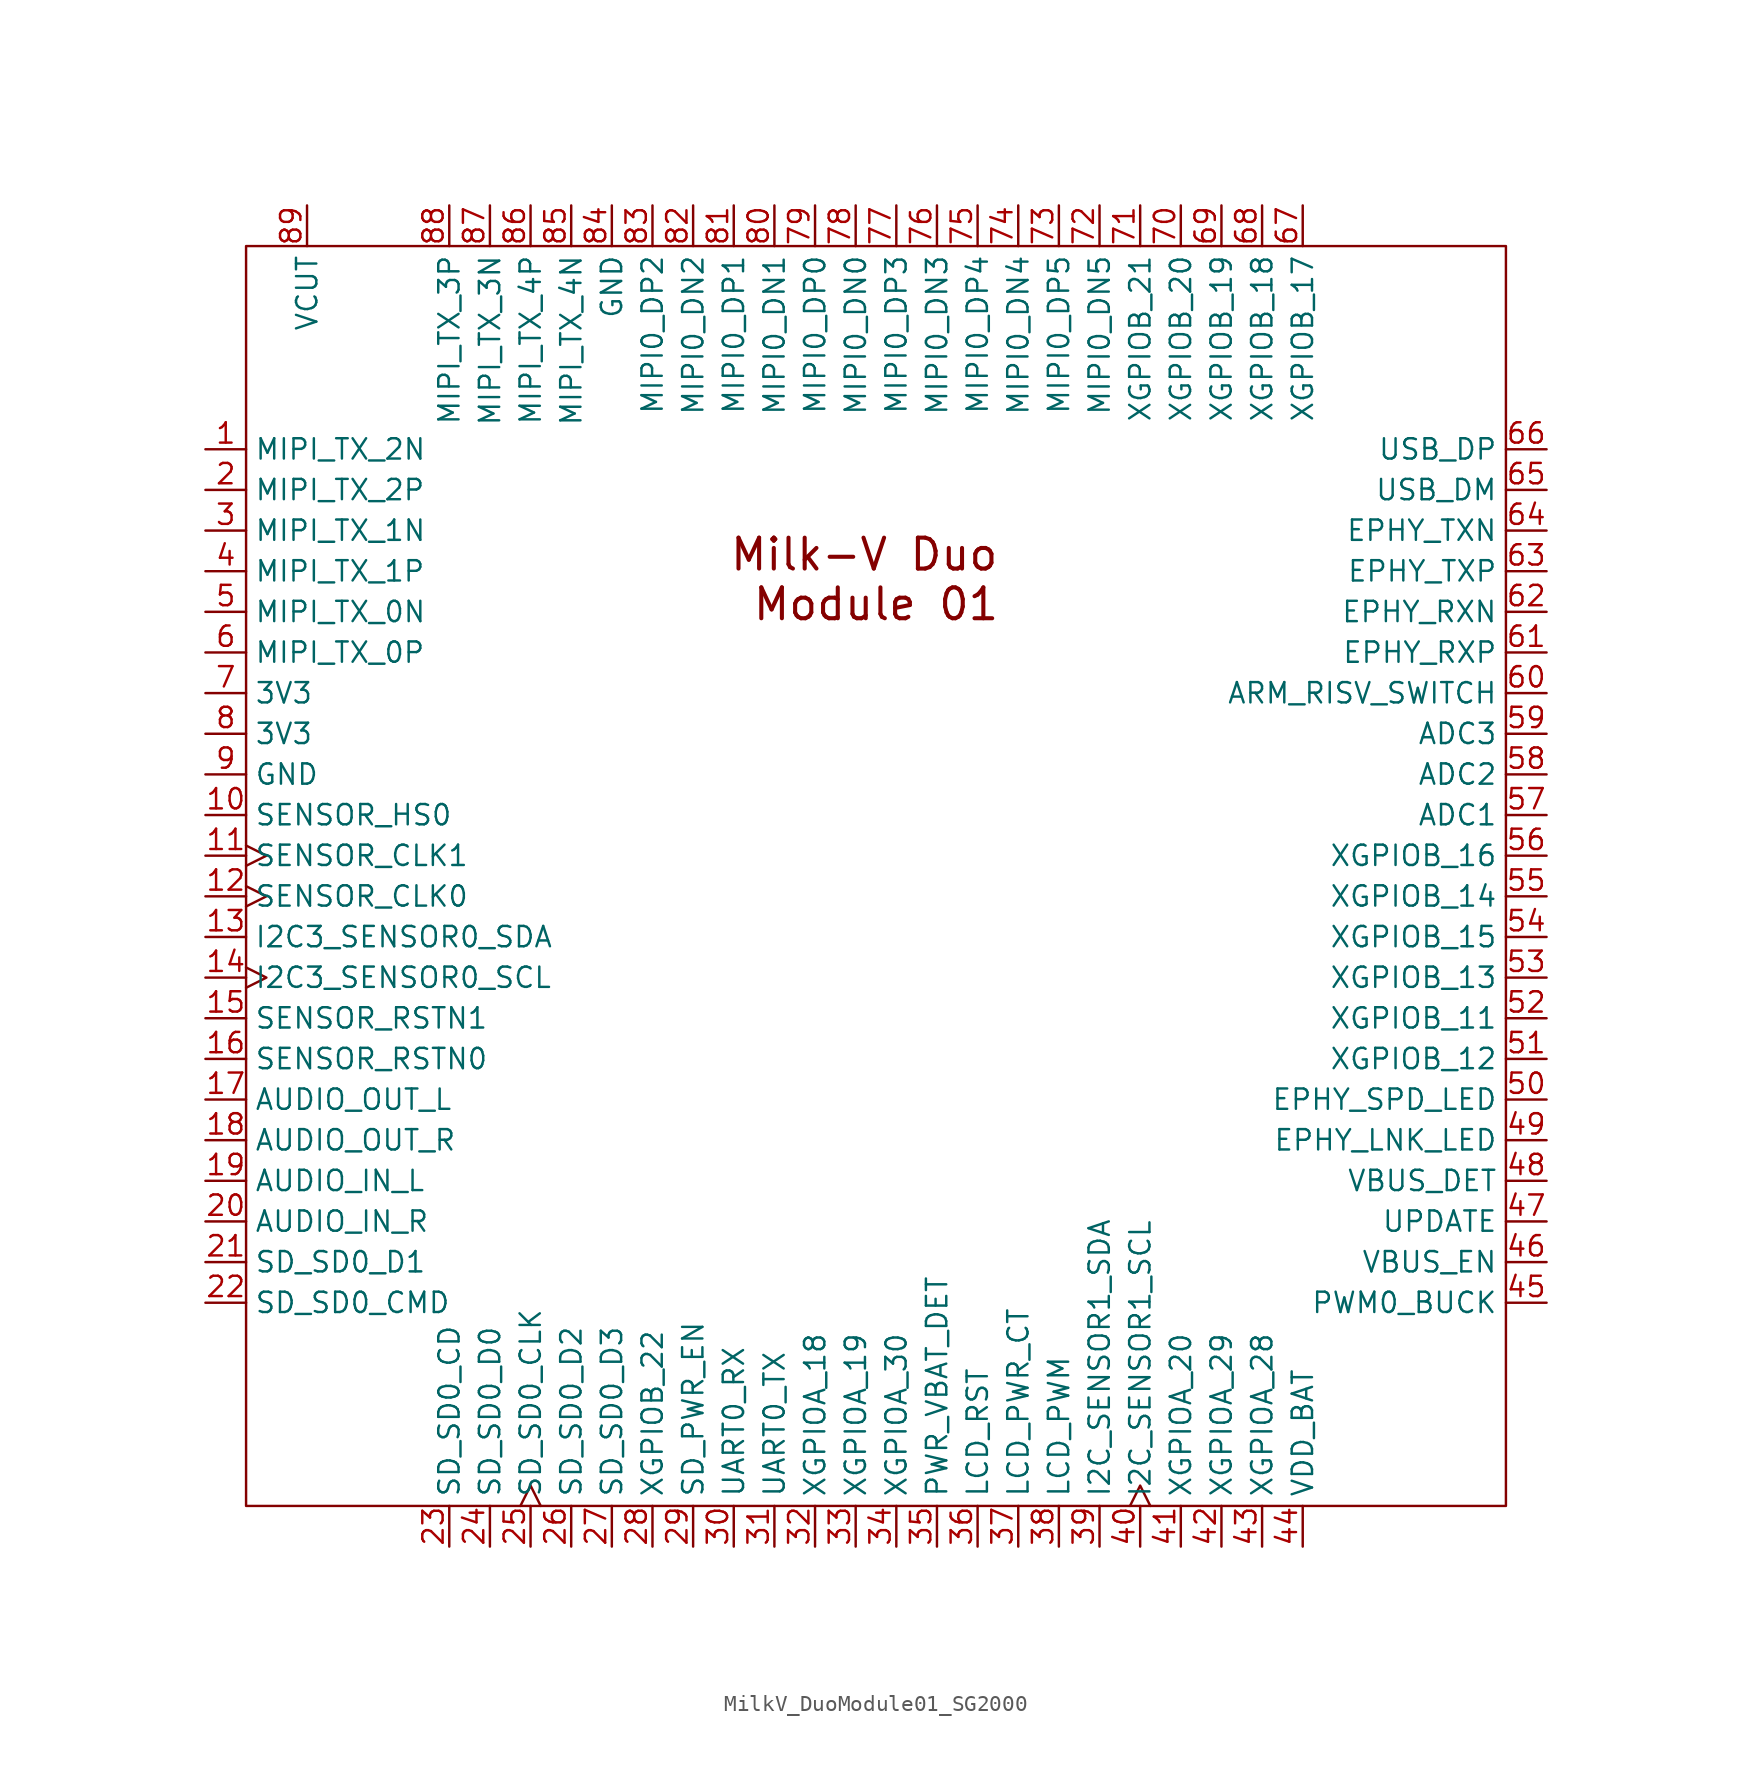
<source format=kicad_sym>
(kicad_symbol_lib
  (version 20241209)
  (generator "kicad_symbol_editor")
  (generator_version "9.0")
  (symbol "MilkV_DuoModule01_SG2000"
    (property "Reference" "U"
      (at 0 0 0)
      (effects (font (size 1.93 1.93)) (hide yes)))
    (property "Value" ""
      (at 0 0 0)
      (effects (font (size 1.27 1.27))))
    (symbol "MilkV_DuoModule01_SG2000_0_1"
      (rectangle (start -39.37 39.37) (end 39.37 -39.37) (stroke (width 0) (type default)) (fill (type none))))
    (symbol "MilkV_DuoModule01_SG2000_1_1"
      (text "Milk-V Duo \nModule 01" (at 0 18.542 0) (effects (font (size 1.93 1.93) (thickness 0.254) (bold yes))))
      (pin output line (at -41.91 26.67 0) (length 2.54) (name "MIPI_TX_2N" (effects (font (size 1.27 1.27)))) (number "1" (effects (font (size 1.27 1.27)))) (alternate "MIPI_TX_CN" output line) (alternate "XGPIO_16" bidirectional line))
      (pin output line (at -41.91 24.13 0) (length 2.54) (name "MIPI_TX_2P" (effects (font (size 1.27 1.27)))) (number "2" (effects (font (size 1.27 1.27)))) (alternate "MIPI_TX_CP" output line) (alternate "XGPIOC_17" bidirectional line))
      (pin output line (at -41.91 21.59 0) (length 2.54) (name "MIPI_TX_1N" (effects (font (size 1.27 1.27)))) (number "3" (effects (font (size 1.27 1.27)))) (alternate "XGPIOC_14" bidirectional line))
      (pin output line (at -41.91 19.05 0) (length 2.54) (name "MIPI_TX_1P" (effects (font (size 1.27 1.27)))) (number "4" (effects (font (size 1.27 1.27)))) (alternate "XGPIOC_15" bidirectional line))
      (pin output line (at -41.91 16.51 0) (length 2.54) (name "MIPI_TX_0N" (effects (font (size 1.27 1.27)))) (number "5" (effects (font (size 1.27 1.27)))) (alternate "XGPIOC_12" bidirectional line))
      (pin output line (at -41.91 13.97 0) (length 2.54) (name "MIPI_TX_0P" (effects (font (size 1.27 1.27)))) (number "6" (effects (font (size 1.27 1.27)))) (alternate "XGPIOC_13" bidirectional line))
      (pin power_in line (at -41.91 11.43 0) (length 2.54) (name "3V3" (effects (font (size 1.27 1.27)))) (number "7" (effects (font (size 1.27 1.27)))))
      (pin power_in line (at -41.91 8.89 0) (length 2.54) (name "3V3" (effects (font (size 1.27 1.27)))) (number "8" (effects (font (size 1.27 1.27)))))
      (pin power_in line (at -41.91 6.35 0) (length 2.54) (name "GND" (effects (font (size 1.27 1.27)))) (number "9" (effects (font (size 1.27 1.27)))))
      (pin bidirectional line (at -41.91 3.81 0) (length 2.54) (name "SENSOR_HS0" (effects (font (size 1.27 1.27)))) (number "10" (effects (font (size 1.27 1.27)))) (alternate "XGPIOA_1" bidirectional line))
      (pin bidirectional clock (at -41.91 1.27 0) (length 2.54) (name "SENSOR_CLK1" (effects (font (size 1.27 1.27)))) (number "11" (effects (font (size 1.27 1.27)))) (alternate "XGPIOA_3" bidirectional line))
      (pin bidirectional clock (at -41.91 -1.27 0) (length 2.54) (name "SENSOR_CLK0" (effects (font (size 1.27 1.27)))) (number "12" (effects (font (size 1.27 1.27)))) (alternate "XGPIOA_0" bidirectional line))
      (pin bidirectional line (at -41.91 -3.81 0) (length 2.54) (name "I2C3_SENSOR0_SDA" (effects (font (size 1.27 1.27)))) (number "13" (effects (font (size 1.27 1.27)))) (alternate "XGPIOA_6" bidirectional line))
      (pin bidirectional clock (at -41.91 -6.35 0) (length 2.54) (name "I2C3_SENSOR0_SCL" (effects (font (size 1.27 1.27)))) (number "14" (effects (font (size 1.27 1.27)))) (alternate "XGPIOA_5" bidirectional line))
      (pin bidirectional line (at -41.91 -8.89 0) (length 2.54) (name "SENSOR_RSTN1" (effects (font (size 1.27 1.27)))) (number "15" (effects (font (size 1.27 1.27)))) (alternate "XGPIOA_4" bidirectional line))
      (pin bidirectional line (at -41.91 -11.43 0) (length 2.54) (name "SENSOR_RSTN0" (effects (font (size 1.27 1.27)))) (number "16" (effects (font (size 1.27 1.27)))) (alternate "XGPIOA_2" bidirectional line))
      (pin output line (at -41.91 -13.97 0) (length 2.54) (name "AUDIO_OUT_L" (effects (font (size 1.27 1.27)))) (number "17" (effects (font (size 1.27 1.27)))))
      (pin output line (at -41.91 -16.51 0) (length 2.54) (name "AUDIO_OUT_R" (effects (font (size 1.27 1.27)))) (number "18" (effects (font (size 1.27 1.27)))))
      (pin input line (at -41.91 -19.05 0) (length 2.54) (name "AUDIO_IN_L" (effects (font (size 1.27 1.27)))) (number "19" (effects (font (size 1.27 1.27)))))
      (pin input line (at -41.91 -21.59 0) (length 2.54) (name "AUDIO_IN_R" (effects (font (size 1.27 1.27)))) (number "20" (effects (font (size 1.27 1.27)))))
      (pin bidirectional line (at -41.91 -24.13 0) (length 2.54) (name "SD_SD0_D1" (effects (font (size 1.27 1.27)))) (number "21" (effects (font (size 1.27 1.27)))) (alternate "XGPIOA_10" bidirectional line))
      (pin bidirectional line (at -41.91 -26.67 0) (length 2.54) (name "SD_SD0_CMD" (effects (font (size 1.27 1.27)))) (number "22" (effects (font (size 1.27 1.27)))) (alternate "XGPIOA_8" bidirectional line))
      (pin bidirectional line (at -35.56 41.91 270) (length 2.54) (name "VCUT" (effects (font (size 1.27 1.27)))) (number "89" (effects (font (size 1.27 1.27)))))
      (pin output line (at -26.67 41.91 270) (length 2.54) (name "MIPI_TX_3P" (effects (font (size 1.27 1.27)))) (number "88" (effects (font (size 1.27 1.27)))) (alternate "XGPIOC_21" bidirectional line))
      (pin bidirectional line (at -26.67 -41.91 90) (length 2.54) (name "SD_SD0_CD" (effects (font (size 1.27 1.27)))) (number "23" (effects (font (size 1.27 1.27)))) (alternate "XGPIOA_13" bidirectional line))
      (pin output line (at -24.13 41.91 270) (length 2.54) (name "MIPI_TX_3N" (effects (font (size 1.27 1.27)))) (number "87" (effects (font (size 1.27 1.27)))) (alternate "XGPIOC_20" bidirectional line))
      (pin bidirectional line (at -24.13 -41.91 90) (length 2.54) (name "SD_SD0_D0" (effects (font (size 1.27 1.27)))) (number "24" (effects (font (size 1.27 1.27)))) (alternate "XGPIOA_9" bidirectional line))
      (pin output line (at -21.59 41.91 270) (length 2.54) (name "MIPI_TX_4P" (effects (font (size 1.27 1.27)))) (number "86" (effects (font (size 1.27 1.27)))) (alternate "XGPIOC_19" bidirectional line))
      (pin bidirectional clock (at -21.59 -41.91 90) (length 2.54) (name "SD_SD0_CLK" (effects (font (size 1.27 1.27)))) (number "25" (effects (font (size 1.27 1.27)))) (alternate "XGPIOA_7" bidirectional line))
      (pin output line (at -19.05 41.91 270) (length 2.54) (name "MIPI_TX_4N" (effects (font (size 1.27 1.27)))) (number "85" (effects (font (size 1.27 1.27)))) (alternate "XGPIOC_18" bidirectional line))
      (pin bidirectional line (at -19.05 -41.91 90) (length 2.54) (name "SD_SD0_D2" (effects (font (size 1.27 1.27)))) (number "26" (effects (font (size 1.27 1.27)))) (alternate "XGPIOA_11" bidirectional line))
      (pin power_in line (at -16.51 41.91 270) (length 2.54) (name "GND" (effects (font (size 1.27 1.27)))) (number "84" (effects (font (size 1.27 1.27)))))
      (pin bidirectional line (at -16.51 -41.91 90) (length 2.54) (name "SD_SD0_D3" (effects (font (size 1.27 1.27)))) (number "27" (effects (font (size 1.27 1.27)))) (alternate "XGPIOA_12" bidirectional line))
      (pin bidirectional line (at -13.97 41.91 270) (length 2.54) (name "MIPI0_DP2" (effects (font (size 1.27 1.27)))) (number "83" (effects (font (size 1.27 1.27)))) (alternate "XGPIOC_7" bidirectional line))
      (pin bidirectional line (at -13.97 -41.91 90) (length 2.54) (name "XGPIOB_22" (effects (font (size 1.27 1.27)))) (number "28" (effects (font (size 1.27 1.27)))) (alternate "UART2_RX" input line))
      (pin bidirectional line (at -11.43 41.91 270) (length 2.54) (name "MIPI0_DN2" (effects (font (size 1.27 1.27)))) (number "82" (effects (font (size 1.27 1.27)))) (alternate "XGPIOC_6" bidirectional line))
      (pin bidirectional line (at -11.43 -41.91 90) (length 2.54) (name "SD_PWR_EN" (effects (font (size 1.27 1.27)))) (number "29" (effects (font (size 1.27 1.27)))))
      (pin bidirectional line (at -8.89 41.91 270) (length 2.54) (name "MIPI0_DP1" (effects (font (size 1.27 1.27)))) (number "81" (effects (font (size 1.27 1.27)))) (alternate "XGPIOC_9" bidirectional line))
      (pin input line (at -8.89 -41.91 90) (length 2.54) (name "UART0_RX" (effects (font (size 1.27 1.27)))) (number "30" (effects (font (size 1.27 1.27)))) (alternate "LCD_PWM" output line) (alternate "PWM8" output line) (alternate "PWR_GPIO_0" bidirectional line) (alternate "UART2_TX" output line))
      (pin bidirectional line (at -6.35 41.91 270) (length 2.54) (name "MIPI0_DN1" (effects (font (size 1.27 1.27)))) (number "80" (effects (font (size 1.27 1.27)))) (alternate "XGPIOC_8" bidirectional line))
      (pin output line (at -6.35 -41.91 90) (length 2.54) (name "UART0_TX" (effects (font (size 1.27 1.27)))) (number "31" (effects (font (size 1.27 1.27)))) (alternate "PWM4" output line) (alternate "UART1_TX" output line) (alternate "XGPIOA_16" bidirectional line))
      (pin bidirectional line (at -3.81 41.91 270) (length 2.54) (name "MIPI0_DP0" (effects (font (size 1.27 1.27)))) (number "79" (effects (font (size 1.27 1.27)))) (alternate "XGPIOC_11" bidirectional line))
      (pin bidirectional line (at -3.81 -41.91 90) (length 2.54) (name "XGPIOA_18" (effects (font (size 1.27 1.27)))) (number "32" (effects (font (size 1.27 1.27)))) (alternate "JTAG_TCK" bidirectional line) (alternate "PWM6" output line) (alternate "UART1_CTS" bidirectional line) (alternate "UART1_RX" input line))
      (pin bidirectional line (at -1.27 41.91 270) (length 2.54) (name "MIPI0_DN0" (effects (font (size 1.27 1.27)))) (number "78" (effects (font (size 1.27 1.27)))) (alternate "XGPIOC_10" bidirectional line))
      (pin bidirectional line (at -1.27 -41.91 90) (length 2.54) (name "XGPIOA_19" (effects (font (size 1.27 1.27)))) (number "33" (effects (font (size 1.27 1.27)))) (alternate "JTAG_TMS" bidirectional line) (alternate "PWM7" output line) (alternate "UART1_RTS" bidirectional line) (alternate "UART1_TX" output line))
      (pin bidirectional line (at 1.27 41.91 270) (length 2.54) (name "MIPI0_DP3" (effects (font (size 1.27 1.27)))) (number "77" (effects (font (size 1.27 1.27)))) (alternate "XGPIOC_5" bidirectional line))
      (pin bidirectional line (at 1.27 -41.91 90) (length 2.54) (name "XGPIOA_30" (effects (font (size 1.27 1.27)))) (number "34" (effects (font (size 1.27 1.27)))))
      (pin bidirectional line (at 3.81 41.91 270) (length 2.54) (name "MIPI0_DN3" (effects (font (size 1.27 1.27)))) (number "76" (effects (font (size 1.27 1.27)))) (alternate "XGPIOC_4" bidirectional line))
      (pin bidirectional line (at 3.81 -41.91 90) (length 2.54) (name "PWR_VBAT_DET" (effects (font (size 1.27 1.27)))) (number "35" (effects (font (size 1.27 1.27)))))
      (pin bidirectional line (at 6.35 41.91 270) (length 2.54) (name "MIPI0_DP4" (effects (font (size 1.27 1.27)))) (number "75" (effects (font (size 1.27 1.27)))) (alternate "XGPIOC_3" bidirectional line))
      (pin bidirectional line (at 6.35 -41.91 90) (length 2.54) (name "LCD_RST" (effects (font (size 1.27 1.27)))) (number "36" (effects (font (size 1.27 1.27)))) (alternate "I2C2_SDA" bidirectional line) (alternate "PWM10" output line))
      (pin bidirectional line (at 8.89 41.91 270) (length 2.54) (name "MIPI0_DN4" (effects (font (size 1.27 1.27)))) (number "74" (effects (font (size 1.27 1.27)))) (alternate "XGPIOC_2" bidirectional line))
      (pin bidirectional line (at 8.89 -41.91 90) (length 2.54) (name "LCD_PWR_CT" (effects (font (size 1.27 1.27)))) (number "37" (effects (font (size 1.27 1.27)))))
      (pin bidirectional line (at 11.43 41.91 270) (length 2.54) (name "MIPI0_DP5" (effects (font (size 1.27 1.27)))) (number "73" (effects (font (size 1.27 1.27)))) (alternate "XGPIOC_1" bidirectional line))
      (pin bidirectional line (at 11.43 -41.91 90) (length 2.54) (name "LCD_PWM" (effects (font (size 1.27 1.27)))) (number "38" (effects (font (size 1.27 1.27)))))
      (pin bidirectional line (at 13.97 41.91 270) (length 2.54) (name "MIPI0_DN5" (effects (font (size 1.27 1.27)))) (number "72" (effects (font (size 1.27 1.27)))) (alternate "XGPIOC_0" bidirectional line))
      (pin bidirectional line (at 13.97 -41.91 90) (length 2.54) (name "I2C_SENSOR1_SDA" (effects (font (size 1.27 1.27)))) (number "39" (effects (font (size 1.27 1.27)))) (alternate "PWR_GPIO_13" bidirectional line))
      (pin bidirectional line (at 16.51 41.91 270) (length 2.54) (name "XGPIOB_21" (effects (font (size 1.27 1.27)))) (number "71" (effects (font (size 1.27 1.27)))) (alternate "I2C4_SDA" bidirectional line))
      (pin bidirectional clock (at 16.51 -41.91 90) (length 2.54) (name "I2C_SENSOR1_SCL" (effects (font (size 1.27 1.27)))) (number "40" (effects (font (size 1.27 1.27)))) (alternate "PWR_GPIO_12" bidirectional line))
      (pin bidirectional line (at 19.05 41.91 270) (length 2.54) (name "XGPIOB_20" (effects (font (size 1.27 1.27)))) (number "70" (effects (font (size 1.27 1.27)))) (alternate "I2C4_SCL" bidirectional clock) (alternate "PWM3" output line) (alternate "UART2_TX" output line))
      (pin bidirectional line (at 19.05 -41.91 90) (length 2.54) (name "XGPIOA_20" (effects (font (size 1.27 1.27)))) (number "41" (effects (font (size 1.27 1.27)))) (alternate "JTAG_TRST" bidirectional line))
      (pin bidirectional line (at 21.59 41.91 270) (length 2.54) (name "XGPIOB_19" (effects (font (size 1.27 1.27)))) (number "69" (effects (font (size 1.27 1.27)))) (alternate "PWM2" output line) (alternate "UART2_TX" output line))
      (pin bidirectional line (at 21.59 -41.91 90) (length 2.54) (name "XGPIOA_29" (effects (font (size 1.27 1.27)))) (number "42" (effects (font (size 1.27 1.27)))))
      (pin bidirectional line (at 24.13 41.91 270) (length 2.54) (name "XGPIOB_18" (effects (font (size 1.27 1.27)))) (number "68" (effects (font (size 1.27 1.27)))) (alternate "I2C1_SCL" bidirectional clock))
      (pin bidirectional line (at 24.13 -41.91 90) (length 2.54) (name "XGPIOA_28" (effects (font (size 1.27 1.27)))) (number "43" (effects (font (size 1.27 1.27)))) (alternate "UART1_TX" output line) (alternate "UART2_TX" output line))
      (pin bidirectional line (at 26.67 41.91 270) (length 2.54) (name "XGPIOB_17" (effects (font (size 1.27 1.27)))) (number "67" (effects (font (size 1.27 1.27)))) (alternate "I2C1_SDA" bidirectional line))
      (pin power_in line (at 26.67 -41.91 90) (length 2.54) (name "VDD_BAT" (effects (font (size 1.27 1.27)))) (number "44" (effects (font (size 1.27 1.27)))))
      (pin bidirectional line (at 41.91 26.67 180) (length 2.54) (name "USB_DP" (effects (font (size 1.27 1.27)))) (number "66" (effects (font (size 1.27 1.27)))))
      (pin bidirectional line (at 41.91 24.13 180) (length 2.54) (name "USB_DM" (effects (font (size 1.27 1.27)))) (number "65" (effects (font (size 1.27 1.27)))))
      (pin output line (at 41.91 21.59 180) (length 2.54) (name "EPHY_TXN" (effects (font (size 1.27 1.27)))) (number "64" (effects (font (size 1.27 1.27)))) (alternate "XGPIOB_27" bidirectional line))
      (pin output line (at 41.91 19.05 180) (length 2.54) (name "EPHY_TXP" (effects (font (size 1.27 1.27)))) (number "63" (effects (font (size 1.27 1.27)))) (alternate "XGPIOB_26" bidirectional line))
      (pin input line (at 41.91 16.51 180) (length 2.54) (name "EPHY_RXN" (effects (font (size 1.27 1.27)))) (number "62" (effects (font (size 1.27 1.27)))) (alternate "XGPIOB_25" bidirectional line))
      (pin input line (at 41.91 13.97 180) (length 2.54) (name "EPHY_RXP" (effects (font (size 1.27 1.27)))) (number "61" (effects (font (size 1.27 1.27)))) (alternate "XGPIOB_24" bidirectional line))
      (pin input line (at 41.91 11.43 180) (length 2.54) (name "ARM_RISV_SWITCH" (effects (font (size 1.27 1.27)))) (number "60" (effects (font (size 1.27 1.27)))) (alternate "XGPIOB_23" bidirectional line))
      (pin bidirectional line (at 41.91 8.89 180) (length 2.54) (name "ADC3" (effects (font (size 1.27 1.27)))) (number "59" (effects (font (size 1.27 1.27)))) (alternate "I2C4_SCL" bidirectional clock) (alternate "PWM12" output line) (alternate "UART3_TX" output line) (alternate "XGPIOB_1" bidirectional line))
      (pin bidirectional line (at 41.91 6.35 180) (length 2.54) (name "ADC2" (effects (font (size 1.27 1.27)))) (number "58" (effects (font (size 1.27 1.27)))) (alternate "I2C4_SDA" bidirectional line) (alternate "PWM13" output line) (alternate "UART3_RX" input line) (alternate "XGPIOB_2" bidirectional line))
      (pin bidirectional line (at 41.91 3.81 180) (length 2.54) (name "ADC1" (effects (font (size 1.27 1.27)))) (number "57" (effects (font (size 1.27 1.27)))) (alternate "XGPIOB_3" bidirectional line))
      (pin bidirectional line (at 41.91 1.27 180) (length 2.54) (name "XGPIOB_16" (effects (font (size 1.27 1.27)))) (number "56" (effects (font (size 1.27 1.27)))) (alternate "SPI3_CS" output line) (alternate "UART2_RX" input line))
      (pin bidirectional line (at 41.91 -1.27 180) (length 2.54) (name "XGPIOB_14" (effects (font (size 1.27 1.27)))) (number "55" (effects (font (size 1.27 1.27)))) (alternate "I2C2_SDA" bidirectional line) (alternate "SPI3_SDI" bidirectional line))
      (pin bidirectional line (at 41.91 -3.81 180) (length 2.54) (name "XGPIOB_15" (effects (font (size 1.27 1.27)))) (number "54" (effects (font (size 1.27 1.27)))) (alternate "SPI3_SCK" bidirectional clock) (alternate "UART2_TX" output line))
      (pin bidirectional line (at 41.91 -6.35 180) (length 2.54) (name "XGPIOB_13" (effects (font (size 1.27 1.27)))) (number "53" (effects (font (size 1.27 1.27)))) (alternate "I2C2_SCL" bidirectional clock) (alternate "PWM3" output line) (alternate "SPI3_SD0" output line))
      (pin bidirectional line (at 41.91 -8.89 180) (length 2.54) (name "XGPIOB_11" (effects (font (size 1.27 1.27)))) (number "52" (effects (font (size 1.27 1.27)))) (alternate "I2C1_SDA" bidirectional line) (alternate "PWM1" output line) (alternate "UART2_TX" output line))
      (pin bidirectional line (at 41.91 -11.43 180) (length 2.54) (name "XGPIOB_12" (effects (font (size 1.27 1.27)))) (number "51" (effects (font (size 1.27 1.27)))) (alternate "I2C1_SCL" bidirectional clock) (alternate "PWM2" output line) (alternate "UART2_RX" input line))
      (pin bidirectional line (at 41.91 -13.97 180) (length 2.54) (name "EPHY_SPD_LED" (effects (font (size 1.27 1.27)))) (number "50" (effects (font (size 1.27 1.27)))) (alternate "PWR_GPIO_8" bidirectional line))
      (pin bidirectional line (at 41.91 -16.51 180) (length 2.54) (name "EPHY_LNK_LED" (effects (font (size 1.27 1.27)))) (number "49" (effects (font (size 1.27 1.27)))) (alternate "PWR_GPIO_6" bidirectional line))
      (pin bidirectional line (at 41.91 -19.05 180) (length 2.54) (name "VBUS_DET" (effects (font (size 1.27 1.27)))) (number "48" (effects (font (size 1.27 1.27)))) (alternate "XGPIOB_6" bidirectional line))
      (pin bidirectional line (at 41.91 -21.59 180) (length 2.54) (name "UPDATE" (effects (font (size 1.27 1.27)))) (number "47" (effects (font (size 1.27 1.27)))) (alternate "XGPIOB_4" bidirectional line))
      (pin bidirectional line (at 41.91 -24.13 180) (length 2.54) (name "VBUS_EN" (effects (font (size 1.27 1.27)))) (number "46" (effects (font (size 1.27 1.27)))) (alternate "XGPIOB_5" bidirectional line))
      (pin bidirectional line (at 41.91 -26.67 180) (length 2.54) (name "PWM0_BUCK" (effects (font (size 1.27 1.27)))) (number "45" (effects (font (size 1.27 1.27)))) (alternate "XGPIOB_0" bidirectional line)))))
</source>
